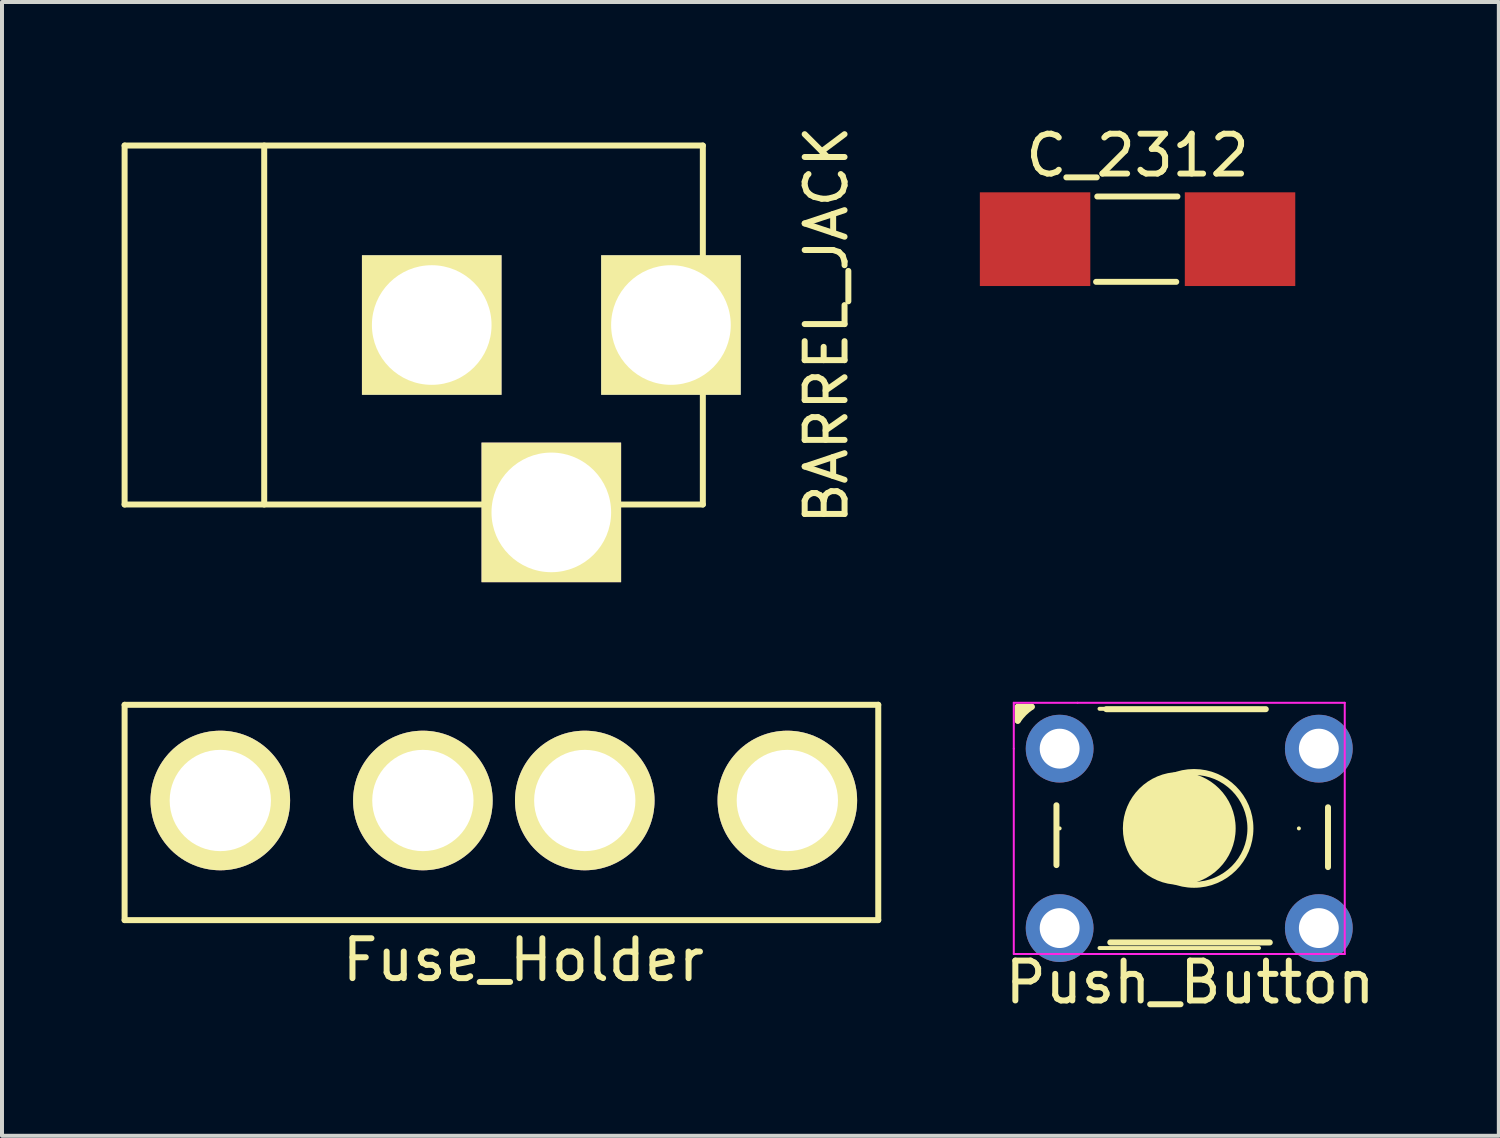
<source format=kicad_pcb>
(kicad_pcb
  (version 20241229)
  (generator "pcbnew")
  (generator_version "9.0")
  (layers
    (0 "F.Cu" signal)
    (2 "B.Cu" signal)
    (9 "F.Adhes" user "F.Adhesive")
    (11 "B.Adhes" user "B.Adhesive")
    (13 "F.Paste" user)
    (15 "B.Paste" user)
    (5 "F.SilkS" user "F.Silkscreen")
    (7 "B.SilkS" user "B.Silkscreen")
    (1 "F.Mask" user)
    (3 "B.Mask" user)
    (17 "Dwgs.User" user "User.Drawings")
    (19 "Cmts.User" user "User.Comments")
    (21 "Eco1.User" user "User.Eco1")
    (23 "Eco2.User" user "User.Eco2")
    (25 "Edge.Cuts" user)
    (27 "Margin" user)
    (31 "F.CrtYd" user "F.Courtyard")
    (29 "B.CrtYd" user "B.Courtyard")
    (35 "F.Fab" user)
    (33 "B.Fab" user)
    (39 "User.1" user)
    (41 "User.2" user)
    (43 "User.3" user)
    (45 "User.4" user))
  (footprint "Fuse_Holder"
    (layer "F.Cu")
    (at 9.575 17.025)
    (property "Reference" "Fuse_Holder" (at 0.5 4 0) (layer "F.SilkS") (effects (font (size 1 1) (thickness 0.15))))
    (attr through_hole)
    (fp_line (start -9.5 -2.4) (end 9.4 -2.4) (stroke (width 0.15) (type solid)) (layer "F.SilkS"))
    (fp_line (start -9.5 3) (end -9.5 -2.4) (stroke (width 0.15) (type solid)) (layer "F.SilkS"))
    (fp_line (start 9.4 -2.4) (end 9.4 3) (stroke (width 0.15) (type solid)) (layer "F.SilkS"))
    (fp_line (start 9.4 3) (end -9.5 3) (stroke (width 0.15) (type solid)) (layer "F.SilkS"))
    (pad "1" thru_hole circle (at -7.1 0) (size 3.5 3.5) (drill 2.54) (layers "*.Cu" "*.Mask" "F.SilkS"))
    (pad "1" thru_hole circle (at -2.02 0) (size 3.5 3.5) (drill 2.54) (layers "*.Cu" "*.Mask" "F.SilkS"))
    (pad "2" thru_hole circle (at 2.04 0) (size 3.5 3.5) (drill 2.54) (layers "*.Cu" "*.Mask" "F.SilkS"))
    (pad "2" thru_hole circle (at 7.12 0) (size 3.5 3.5) (drill 2.54) (layers "*.Cu" "*.Mask" "F.SilkS")))
  (footprint "Push_Button"
    (layer "F.Cu")
    (at 23.524 15.725)
    (property "Reference" "Push_Button" (at 3.27 5.86 0) (layer "F.SilkS") (effects (font (size 1 1) (thickness 0.15))))
    (attr through_hole)
    (fp_line (start -1.05 -1.05) (end -1.05 -0.7) (stroke (width 0.15) (type solid)) (layer "F.SilkS"))
    (fp_line (start -1.05 -1.05) (end -0.7 -1.05) (stroke (width 0.15) (type solid)) (layer "F.SilkS"))
    (fp_line (start -0.95 -1) (end -0.95 -0.9) (stroke (width 0.15) (type solid)) (layer "F.SilkS"))
    (fp_line (start -0.08 2.92) (end -0.08 1.42) (stroke (width 0.15) (type solid)) (layer "F.SilkS"))
    (fp_line (start 0 2) (end 0 2) (stroke (width 0.1) (type solid)) (layer "F.SilkS"))
    (fp_line (start 1.17 -0.99) (end 5.17 -0.99) (stroke (width 0.15) (type solid)) (layer "F.SilkS"))
    (fp_line (start 1.27 4.86) (end 5.27 4.86) (stroke (width 0.15) (type solid)) (layer "F.SilkS"))
    (fp_line (start 5 -1) (end 1 -1) (stroke (width 0.1) (type solid)) (layer "F.SilkS"))
    (fp_line (start 5 5) (end 1 5) (stroke (width 0.1) (type solid)) (layer "F.SilkS"))
    (fp_line (start 6 2) (end 6 2) (stroke (width 0.1) (type solid)) (layer "F.SilkS"))
    (fp_line (start 6.73 1.47) (end 6.73 2.97) (stroke (width 0.15) (type solid)) (layer "F.SilkS"))
    (fp_arc (start -1.05 -0.7) (mid -0.892328 -0.892328) (end -0.7 -1.05) (stroke (width 0.15) (type solid)) (layer "F.SilkS"))
    (fp_circle (center 3 2) (end 4 3) (stroke (width 0) (type solid)) (fill yes) (layer "F.SilkS"))
    (fp_circle (center 3.37 2) (end 4.37 3) (stroke (width 0.15) (type solid)) (fill no) (layer "F.SilkS"))
    (fp_line (start -1.15 -1.15) (end 0.45 -1.15) (stroke (width 0.05) (type solid)) (layer "F.CrtYd"))
    (fp_line (start -1.15 0) (end -1.15 -1.15) (stroke (width 0.05) (type solid)) (layer "F.CrtYd"))
    (fp_line (start -1.15 0) (end -1.15 5.15) (stroke (width 0.05) (type solid)) (layer "F.CrtYd"))
    (fp_line (start -1.15 5.15) (end 7.15 5.15) (stroke (width 0.05) (type solid)) (layer "F.CrtYd"))
    (fp_line (start 7.15 -1.15) (end 0.45 -1.15) (stroke (width 0.05) (type solid)) (layer "F.CrtYd"))
    (fp_line (start 7.15 5.15) (end 7.15 -1.15) (stroke (width 0.05) (type solid)) (layer "F.CrtYd"))
    (pad "1" thru_hole circle (at 0 0) (size 1.7 1.7) (drill 1) (layers "*.Cu" "*.Mask"))
    (pad "2" thru_hole circle (at 6.5 0) (size 1.7 1.7) (drill 1) (layers "*.Cu" "*.Mask"))
    (pad "3" thru_hole circle (at 0 4.5) (size 1.7 1.7) (drill 1) (layers "*.Cu" "*.Mask"))
    (pad "4" thru_hole circle (at 6.5 4.5) (size 1.7 1.7) (drill 1) (layers "*.Cu" "*.Mask")))
  (footprint "C_2312"
    (layer "F.Cu")
    (at 25.478 2.948)
    (property "Reference" "C_2312" (at 0 -2.1 0) (layer "F.SilkS") (effects (font (size 1 1) (thickness 0.15))))
    (attr through_hole)
    (fp_line (start 0.97 1.07) (end -1.04 1.07) (stroke (width 0.15) (type solid)) (layer "F.SilkS"))
    (fp_line (start 1 -1.07) (end -1.01 -1.07) (stroke (width 0.15) (type solid)) (layer "F.SilkS"))
    (pad "1" smd rect (at -2.57 0) (size 2.77 2.35) (layers "F.Cu" "F.Mask" "F.Paste"))
    (pad "2" smd rect (at 2.57 0) (size 2.77 2.35) (layers "F.Cu" "F.Mask" "F.Paste")))
  (footprint "BARREL_JACK"
    (layer "F.Cu")
    (at 7.576 5.101)
    (property "Reference" "BARREL_JACK" (at 10.099 0 90) (layer "F.SilkS") (effects (font (size 1 1) (thickness 0.15))))
    (attr through_hole)
    (fp_line (start -7.501 -4.501) (end -7.501 4.501) (stroke (width 0.15) (type solid)) (layer "F.SilkS"))
    (fp_line (start -7.501 4.501) (end 7 4.501) (stroke (width 0.15) (type solid)) (layer "F.SilkS"))
    (fp_line (start -4 -4.501) (end -4 4.501) (stroke (width 0.15) (type solid)) (layer "F.SilkS"))
    (fp_line (start 7 -4.501) (end -7.501 -4.501) (stroke (width 0.15) (type solid)) (layer "F.SilkS"))
    (fp_line (start 7 4.501) (end 7 -4.501) (stroke (width 0.15) (type solid)) (layer "F.SilkS"))
    (pad "1" thru_hole rect (at 6.2 0) (size 3.5 3.5) (drill 3) (layers "*.Cu" "*.Mask" "F.SilkS"))
    (pad "2" thru_hole rect (at 0.201 0) (size 3.5 3.5) (drill 3) (layers "*.Cu" "*.Mask" "F.SilkS"))
    (pad "3" thru_hole rect (at 3.2 4.699) (size 3.5 3.5) (drill 3) (layers "*.Cu" "*.Mask" "F.SilkS")))
  (gr_rect
    (start -3 -3)
    (end 34.538 25.434)
    (stroke (width 0.1) (type default))
    (fill no)
    (layer "Edge.Cuts")))
</source>
